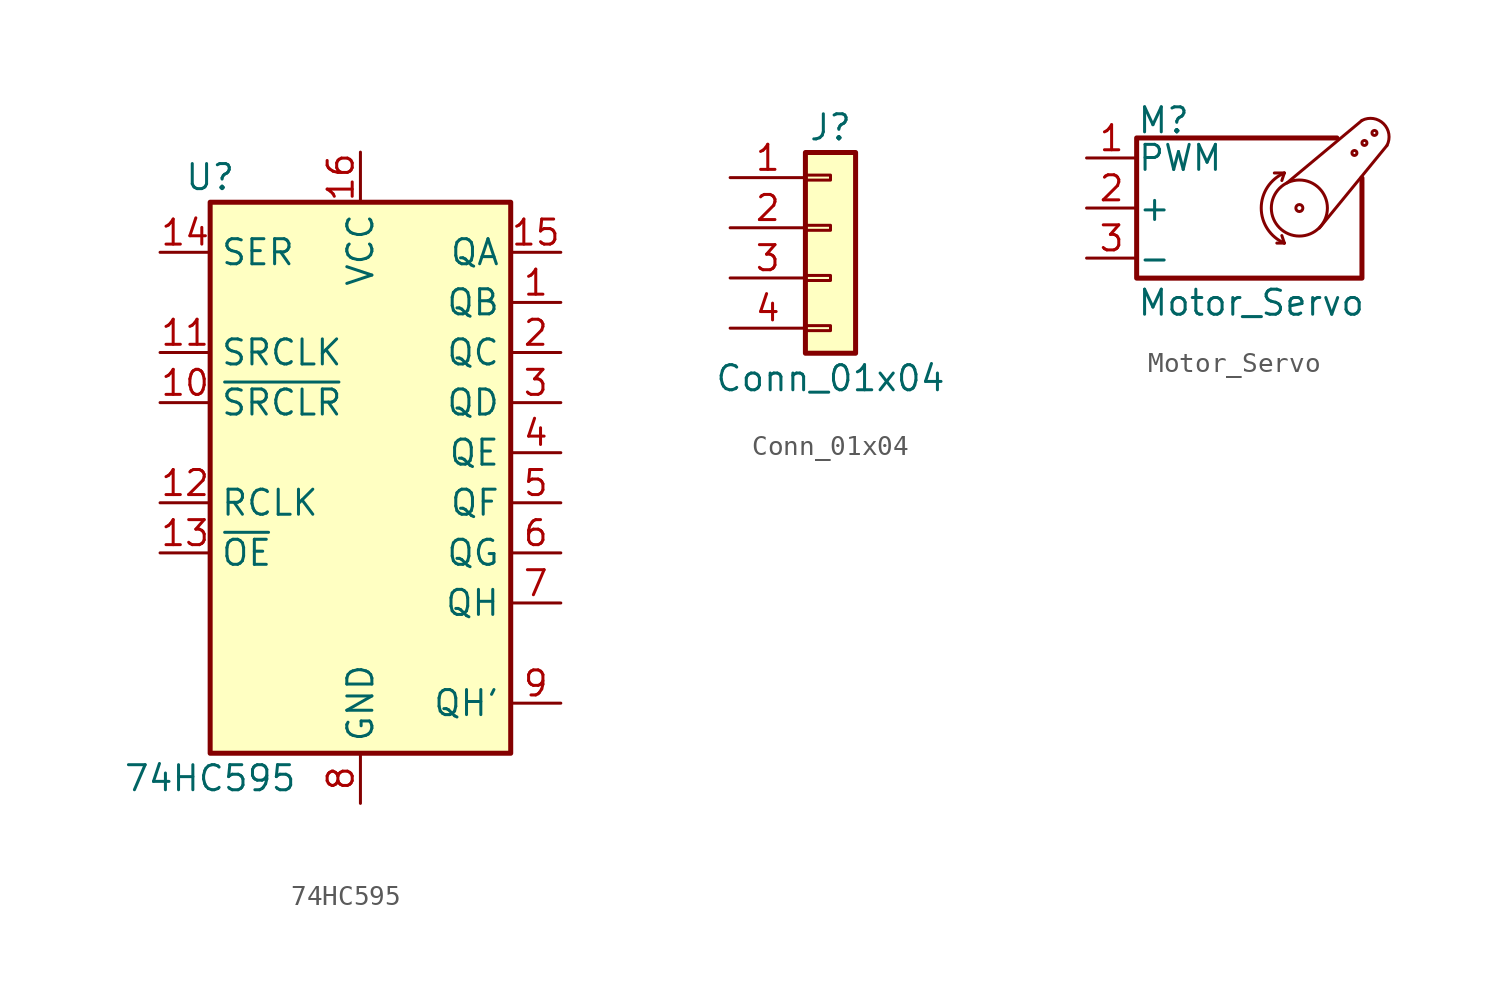
<source format=kicad_sym>
(kicad_symbol_lib
  (version 20241209)
  (generator "kicad_symbol_editor")
  (generator_version "9.0")
  (symbol "74HC595"
    (property "Reference" "U"
      (at -7.62 13.97 0)
      (effects (font (size 1.27 1.27))))
    (property "Value" "74HC595"
      (at -7.62 -16.51 0)
      (effects (font (size 1.27 1.27))))
    (symbol "74HC595_1_0"
      (pin input line (at -10.16 10.16 0) (length 2.54) (name "SER" (effects (font (size 1.27 1.27)))) (number "14" (effects (font (size 1.27 1.27)))))
      (pin input line (at -10.16 5.08 0) (length 2.54) (name "SRCLK" (effects (font (size 1.27 1.27)))) (number "11" (effects (font (size 1.27 1.27)))))
      (pin input line (at -10.16 2.54 0) (length 2.54) (name "~{SRCLR}" (effects (font (size 1.27 1.27)))) (number "10" (effects (font (size 1.27 1.27)))))
      (pin input line (at -10.16 -2.54 0) (length 2.54) (name "RCLK" (effects (font (size 1.27 1.27)))) (number "12" (effects (font (size 1.27 1.27)))))
      (pin bidirectional line (at -10.16 -5.08 0) (length 2.54) (name "~{OE}" (effects (font (size 1.27 1.27)))) (number "13" (effects (font (size 1.27 1.27)))))
      (pin power_in line (at 0 15.24 270) (length 2.54) (name "VCC" (effects (font (size 1.27 1.27)))) (number "16" (effects (font (size 1.27 1.27)))))
      (pin power_in line (at 0 -17.78 90) (length 2.54) (name "GND" (effects (font (size 1.27 1.27)))) (number "8" (effects (font (size 1.27 1.27)))))
      (pin tri_state line (at 10.16 10.16 180) (length 2.54) (name "QA" (effects (font (size 1.27 1.27)))) (number "15" (effects (font (size 1.27 1.27)))))
      (pin tri_state line (at 10.16 7.62 180) (length 2.54) (name "QB" (effects (font (size 1.27 1.27)))) (number "1" (effects (font (size 1.27 1.27)))))
      (pin tri_state line (at 10.16 5.08 180) (length 2.54) (name "QC" (effects (font (size 1.27 1.27)))) (number "2" (effects (font (size 1.27 1.27)))))
      (pin tri_state line (at 10.16 2.54 180) (length 2.54) (name "QD" (effects (font (size 1.27 1.27)))) (number "3" (effects (font (size 1.27 1.27)))))
      (pin tri_state line (at 10.16 0 180) (length 2.54) (name "QE" (effects (font (size 1.27 1.27)))) (number "4" (effects (font (size 1.27 1.27)))))
      (pin tri_state line (at 10.16 -2.54 180) (length 2.54) (name "QF" (effects (font (size 1.27 1.27)))) (number "5" (effects (font (size 1.27 1.27)))))
      (pin tri_state line (at 10.16 -5.08 180) (length 2.54) (name "QG" (effects (font (size 1.27 1.27)))) (number "6" (effects (font (size 1.27 1.27)))))
      (pin tri_state line (at 10.16 -7.62 180) (length 2.54) (name "QH" (effects (font (size 1.27 1.27)))) (number "7" (effects (font (size 1.27 1.27)))))
      (pin output line (at 10.16 -12.7 180) (length 2.54) (name "QH'" (effects (font (size 1.27 1.27)))) (number "9" (effects (font (size 1.27 1.27))))))
    (symbol "74HC595_1_1"
      (rectangle (start -7.62 12.7) (end 7.62 -15.24) (stroke (width 0.254) (type default)) (fill (type background)))))
  (symbol "Conn_01x04"
    (pin_names
      (offset 1.016)
      (hide yes))
    (property "Reference" "J"
      (at 0 5.08 0)
      (effects (font (size 1.27 1.27))))
    (property "Value" "Conn_01x04"
      (at 0 -7.62 0)
      (effects (font (size 1.27 1.27))))
    (symbol "Conn_01x04_1_1"
      (rectangle (start -1.27 3.81) (end 1.27 -6.35) (stroke (width 0.254) (type default)) (fill (type background)))
      (rectangle (start -1.27 2.667) (end 0 2.413) (stroke (width 0.152) (type default)) (fill (type none)))
      (rectangle (start -1.27 0.127) (end 0 -0.127) (stroke (width 0.152) (type default)) (fill (type none)))
      (rectangle (start -1.27 -2.413) (end 0 -2.667) (stroke (width 0.152) (type default)) (fill (type none)))
      (rectangle (start -1.27 -4.953) (end 0 -5.207) (stroke (width 0.152) (type default)) (fill (type none)))
      (pin power_out line (at -5.08 2.54 0) (length 3.81) (name "Pin_1" (effects (font (size 1.27 1.27)))) (number "1" (effects (font (size 1.27 1.27)))))
      (pin power_in line (at -5.08 0 0) (length 3.81) (name "Pin_2" (effects (font (size 1.27 1.27)))) (number "2" (effects (font (size 1.27 1.27)))))
      (pin passive line (at -5.08 -2.54 0) (length 3.81) (name "Pin_3" (effects (font (size 1.27 1.27)))) (number "3" (effects (font (size 1.27 1.27)))))
      (pin passive line (at -5.08 -5.08 0) (length 3.81) (name "Pin_4" (effects (font (size 1.27 1.27)))) (number "4" (effects (font (size 1.27 1.27)))))))
  (symbol "Motor_Servo"
    (pin_names
      (offset 0.025))
    (property "Reference" "M"
      (at -5.08 4.445 0)
      (effects (font (size 1.27 1.27)) (justify left)))
    (property "Value" "Motor_Servo"
      (at -5.08 -4.064 0)
      (effects (font (size 1.27 1.27)) (justify left top)))
    (symbol "Motor_Servo_0_1"
      (polyline (pts (xy 2.413 1.778) (xy 1.905 1.778)) (stroke (width 0) (type default)) (fill (type none)))
      (polyline (pts (xy 2.413 1.778) (xy 2.286 1.397)) (stroke (width 0) (type default)) (fill (type none)))
      (polyline (pts (xy 2.413 -1.778) (xy 2.032 -1.778)) (stroke (width 0) (type default)) (fill (type none)))
      (polyline (pts (xy 2.413 -1.778) (xy 2.286 -1.397)) (stroke (width 0) (type default)) (fill (type none)))
      (arc (start 2.413 -1.778) (mid 1.2406 0) (end 2.413 1.778) (stroke (width 0) (type default)) (fill (type none)))
      (circle (center 3.175 0) (radius 0.178) (stroke (width 0) (type default)) (fill (type none)))
      (circle (center 3.175 0) (radius 1.422) (stroke (width 0) (type default)) (fill (type none)))
      (polyline (pts (xy 5.08 3.556) (xy -5.08 3.556) (xy -5.08 -3.556) (xy 6.35 -3.556) (xy 6.35 1.524)) (stroke (width 0.254) (type default)) (fill (type none)))
      (circle (center 5.969 2.794) (radius 0.127) (stroke (width 0) (type default)) (fill (type none)))
      (polyline (pts (xy 6.35 4.445) (xy 2.54 1.27)) (stroke (width 0) (type default)) (fill (type none)))
      (circle (center 6.477 3.302) (radius 0.127) (stroke (width 0) (type default)) (fill (type none)))
      (arc (start 6.35 4.445) (mid 7.4487 4.2737) (end 7.62 3.175) (stroke (width 0) (type default)) (fill (type none)))
      (circle (center 6.985 3.81) (radius 0.127) (stroke (width 0) (type default)) (fill (type none)))
      (polyline (pts (xy 7.62 3.175) (xy 4.191 -1.016)) (stroke (width 0) (type default)) (fill (type none))))
    (symbol "Motor_Servo_1_1"
      (pin passive line (at -7.62 2.54 0) (length 2.54) (name "PWM" (effects (font (size 1.27 1.27)))) (number "1" (effects (font (size 1.27 1.27)))))
      (pin power_in line (at -7.62 0 0) (length 2.54) (name "+" (effects (font (size 1.27 1.27)))) (number "2" (effects (font (size 1.27 1.27)))))
      (pin power_out line (at -7.62 -2.54 0) (length 2.54) (name "-" (effects (font (size 1.27 1.27)))) (number "3" (effects (font (size 1.27 1.27))))))))
</source>
